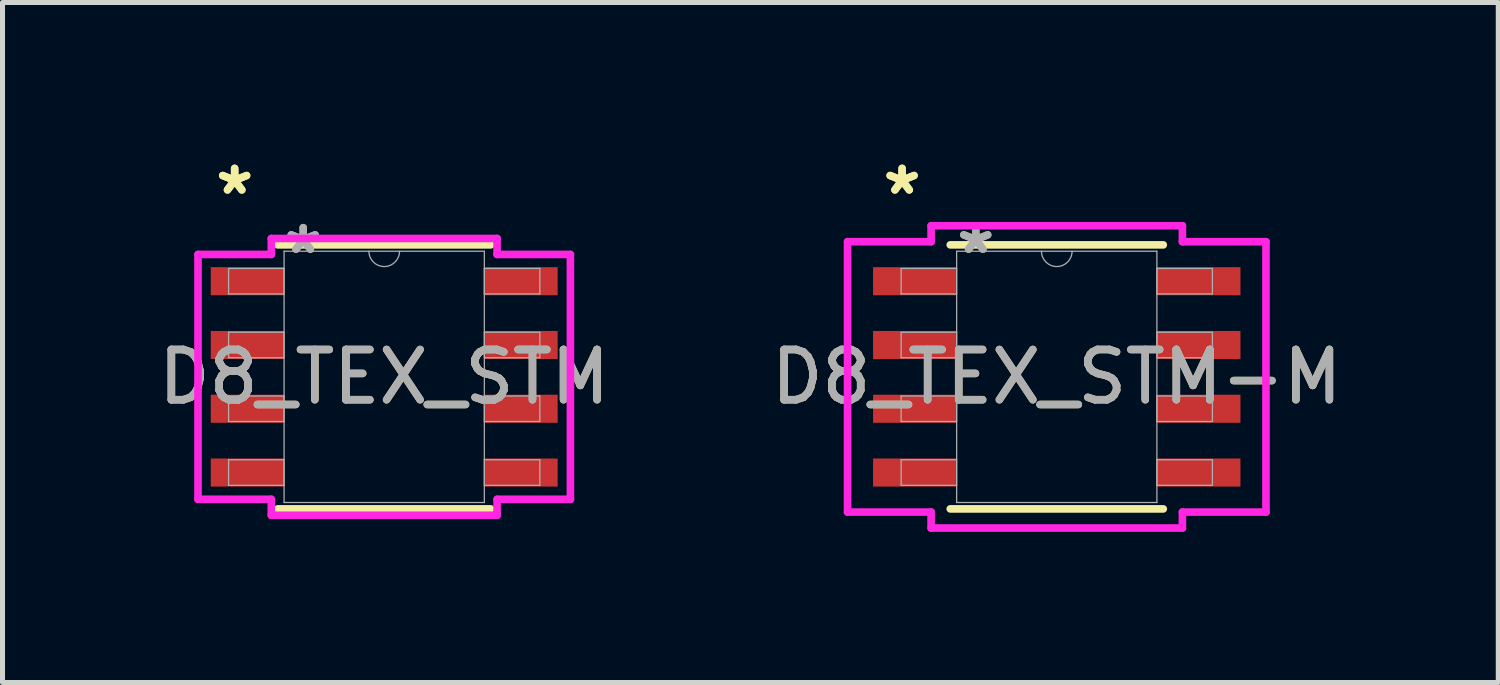
<source format=kicad_pcb>
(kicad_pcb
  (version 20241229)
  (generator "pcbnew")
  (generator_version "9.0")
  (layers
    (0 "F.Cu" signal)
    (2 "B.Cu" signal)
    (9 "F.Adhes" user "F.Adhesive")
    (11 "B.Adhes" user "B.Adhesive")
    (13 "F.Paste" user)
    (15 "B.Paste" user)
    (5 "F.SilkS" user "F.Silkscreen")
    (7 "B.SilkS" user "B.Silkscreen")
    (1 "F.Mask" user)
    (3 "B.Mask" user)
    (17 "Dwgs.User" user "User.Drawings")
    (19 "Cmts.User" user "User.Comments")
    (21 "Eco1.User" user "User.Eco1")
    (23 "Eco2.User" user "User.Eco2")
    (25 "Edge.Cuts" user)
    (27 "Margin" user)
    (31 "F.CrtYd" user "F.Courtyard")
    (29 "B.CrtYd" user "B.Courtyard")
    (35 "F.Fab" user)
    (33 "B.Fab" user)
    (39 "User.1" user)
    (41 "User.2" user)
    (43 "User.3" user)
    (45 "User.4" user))
  (footprint "D8_TEX_STM"
    (layer "F.Cu")
    (at 4.601 4.455)
    (property "Reference" "D8_TEX_STM" (at 0 0 0) (unlocked yes) (layer "F.SilkS") (effects (font (size 1 1) (thickness 0.15))))
    (attr smd)
    (fp_line (start -2.121 2.629) (end 2.121 2.629) (stroke (width 0.152) (type solid)) (layer "F.SilkS"))
    (fp_line (start 2.121 -2.629) (end -2.121 -2.629) (stroke (width 0.152) (type solid)) (layer "F.SilkS"))
    (fp_line (start -3.708 -2.438) (end -2.248 -2.438) (stroke (width 0.152) (type solid)) (layer "F.CrtYd"))
    (fp_line (start -3.708 2.438) (end -3.708 -2.438) (stroke (width 0.152) (type solid)) (layer "F.CrtYd"))
    (fp_line (start -3.708 2.438) (end -2.248 2.438) (stroke (width 0.152) (type solid)) (layer "F.CrtYd"))
    (fp_line (start -2.248 -2.756) (end 2.248 -2.756) (stroke (width 0.152) (type solid)) (layer "F.CrtYd"))
    (fp_line (start -2.248 -2.438) (end -2.248 -2.756) (stroke (width 0.152) (type solid)) (layer "F.CrtYd"))
    (fp_line (start -2.248 2.756) (end -2.248 2.438) (stroke (width 0.152) (type solid)) (layer "F.CrtYd"))
    (fp_line (start 2.248 -2.756) (end 2.248 -2.438) (stroke (width 0.152) (type solid)) (layer "F.CrtYd"))
    (fp_line (start 2.248 2.438) (end 2.248 2.756) (stroke (width 0.152) (type solid)) (layer "F.CrtYd"))
    (fp_line (start 2.248 2.756) (end -2.248 2.756) (stroke (width 0.152) (type solid)) (layer "F.CrtYd"))
    (fp_line (start 3.708 -2.438) (end 2.248 -2.438) (stroke (width 0.152) (type solid)) (layer "F.CrtYd"))
    (fp_line (start 3.708 -2.438) (end 3.708 2.438) (stroke (width 0.152) (type solid)) (layer "F.CrtYd"))
    (fp_line (start 3.708 2.438) (end 2.248 2.438) (stroke (width 0.152) (type solid)) (layer "F.CrtYd"))
    (fp_line (start -3.099 -2.159) (end -3.099 -1.651) (stroke (width 0.025) (type solid)) (layer "F.Fab"))
    (fp_line (start -3.099 -1.651) (end -1.994 -1.651) (stroke (width 0.025) (type solid)) (layer "F.Fab"))
    (fp_line (start -3.099 -0.889) (end -3.099 -0.381) (stroke (width 0.025) (type solid)) (layer "F.Fab"))
    (fp_line (start -3.099 -0.381) (end -1.994 -0.381) (stroke (width 0.025) (type solid)) (layer "F.Fab"))
    (fp_line (start -3.099 0.381) (end -3.099 0.889) (stroke (width 0.025) (type solid)) (layer "F.Fab"))
    (fp_line (start -3.099 0.889) (end -1.994 0.889) (stroke (width 0.025) (type solid)) (layer "F.Fab"))
    (fp_line (start -3.099 1.651) (end -3.099 2.159) (stroke (width 0.025) (type solid)) (layer "F.Fab"))
    (fp_line (start -3.099 2.159) (end -1.994 2.159) (stroke (width 0.025) (type solid)) (layer "F.Fab"))
    (fp_line (start -1.994 -2.502) (end -1.994 2.502) (stroke (width 0.025) (type solid)) (layer "F.Fab"))
    (fp_line (start -1.994 -2.159) (end -3.099 -2.159) (stroke (width 0.025) (type solid)) (layer "F.Fab"))
    (fp_line (start -1.994 -1.651) (end -1.994 -2.159) (stroke (width 0.025) (type solid)) (layer "F.Fab"))
    (fp_line (start -1.994 -0.889) (end -3.099 -0.889) (stroke (width 0.025) (type solid)) (layer "F.Fab"))
    (fp_line (start -1.994 -0.381) (end -1.994 -0.889) (stroke (width 0.025) (type solid)) (layer "F.Fab"))
    (fp_line (start -1.994 0.381) (end -3.099 0.381) (stroke (width 0.025) (type solid)) (layer "F.Fab"))
    (fp_line (start -1.994 0.889) (end -1.994 0.381) (stroke (width 0.025) (type solid)) (layer "F.Fab"))
    (fp_line (start -1.994 1.651) (end -3.099 1.651) (stroke (width 0.025) (type solid)) (layer "F.Fab"))
    (fp_line (start -1.994 2.159) (end -1.994 1.651) (stroke (width 0.025) (type solid)) (layer "F.Fab"))
    (fp_line (start -1.994 2.502) (end 1.994 2.502) (stroke (width 0.025) (type solid)) (layer "F.Fab"))
    (fp_line (start 1.994 -2.502) (end -1.994 -2.502) (stroke (width 0.025) (type solid)) (layer "F.Fab"))
    (fp_line (start 1.994 -2.159) (end 1.994 -1.651) (stroke (width 0.025) (type solid)) (layer "F.Fab"))
    (fp_line (start 1.994 -1.651) (end 3.099 -1.651) (stroke (width 0.025) (type solid)) (layer "F.Fab"))
    (fp_line (start 1.994 -0.889) (end 1.994 -0.381) (stroke (width 0.025) (type solid)) (layer "F.Fab"))
    (fp_line (start 1.994 -0.381) (end 3.099 -0.381) (stroke (width 0.025) (type solid)) (layer "F.Fab"))
    (fp_line (start 1.994 0.381) (end 1.994 0.889) (stroke (width 0.025) (type solid)) (layer "F.Fab"))
    (fp_line (start 1.994 0.889) (end 3.099 0.889) (stroke (width 0.025) (type solid)) (layer "F.Fab"))
    (fp_line (start 1.994 1.651) (end 1.994 2.159) (stroke (width 0.025) (type solid)) (layer "F.Fab"))
    (fp_line (start 1.994 2.159) (end 3.099 2.159) (stroke (width 0.025) (type solid)) (layer "F.Fab"))
    (fp_line (start 1.994 2.502) (end 1.994 -2.502) (stroke (width 0.025) (type solid)) (layer "F.Fab"))
    (fp_line (start 3.099 -2.159) (end 1.994 -2.159) (stroke (width 0.025) (type solid)) (layer "F.Fab"))
    (fp_line (start 3.099 -1.651) (end 3.099 -2.159) (stroke (width 0.025) (type solid)) (layer "F.Fab"))
    (fp_line (start 3.099 -0.889) (end 1.994 -0.889) (stroke (width 0.025) (type solid)) (layer "F.Fab"))
    (fp_line (start 3.099 -0.381) (end 3.099 -0.889) (stroke (width 0.025) (type solid)) (layer "F.Fab"))
    (fp_line (start 3.099 0.381) (end 1.994 0.381) (stroke (width 0.025) (type solid)) (layer "F.Fab"))
    (fp_line (start 3.099 0.889) (end 3.099 0.381) (stroke (width 0.025) (type solid)) (layer "F.Fab"))
    (fp_line (start 3.099 1.651) (end 1.994 1.651) (stroke (width 0.025) (type solid)) (layer "F.Fab"))
    (fp_line (start 3.099 2.159) (end 3.099 1.651) (stroke (width 0.025) (type solid)) (layer "F.Fab"))
    (fp_arc (start 0.3048 -2.5019) (mid 0 -2.1971) (end -0.3048 -2.5019) (stroke (width 0.0254) (type solid)) (layer "F.Fab"))
    (fp_text user "*" (at -2.978 -3.607 0) (layer "F.SilkS") (effects (font (size 1 1) (thickness 0.15))))
    (fp_text user "*" (at -2.978 -3.607 0) (unlocked yes) (layer "F.SilkS") (effects (font (size 1 1) (thickness 0.15))))
    (fp_text user "${REFERENCE}" (at 0 0 0) (unlocked yes) (layer "F.Fab") (effects (font (size 1 1) (thickness 0.15))))
    (fp_text user "*" (at -1.613 -2.426 0) (layer "F.Fab") (effects (font (size 1 1) (thickness 0.15))))
    (fp_text user "*" (at -1.613 -2.426 0) (unlocked yes) (layer "F.Fab") (effects (font (size 1 1) (thickness 0.15))))
    (pad "1" smd rect (at -2.724 -1.905) (size 1.46 0.559) (layers "F.Cu" "F.Mask" "F.Paste"))
    (pad "2" smd rect (at -2.724 -0.635) (size 1.46 0.559) (layers "F.Cu" "F.Mask" "F.Paste"))
    (pad "3" smd rect (at -2.724 0.635) (size 1.46 0.559) (layers "F.Cu" "F.Mask" "F.Paste"))
    (pad "4" smd rect (at -2.724 1.905) (size 1.46 0.559) (layers "F.Cu" "F.Mask" "F.Paste"))
    (pad "5" smd rect (at 2.724 1.905) (size 1.46 0.559) (layers "F.Cu" "F.Mask" "F.Paste"))
    (pad "6" smd rect (at 2.724 0.635) (size 1.46 0.559) (layers "F.Cu" "F.Mask" "F.Paste"))
    (pad "7" smd rect (at 2.724 -0.635) (size 1.46 0.559) (layers "F.Cu" "F.Mask" "F.Paste"))
    (pad "8" smd rect (at 2.724 -1.905) (size 1.46 0.559) (layers "F.Cu" "F.Mask" "F.Paste")))
  (footprint "D8_TEX_STM-M"
    (layer "F.Cu")
    (at 17.994 4.455)
    (property "Reference" "D8_TEX_STM-M" (at 0 0 0) (unlocked yes) (layer "F.SilkS") (effects (font (size 1 1) (thickness 0.15))))
    (attr smd)
    (fp_line (start -2.121 2.629) (end 2.121 2.629) (stroke (width 0.152) (type solid)) (layer "F.SilkS"))
    (fp_line (start 2.121 -2.629) (end -2.121 -2.629) (stroke (width 0.152) (type solid)) (layer "F.SilkS"))
    (fp_line (start -4.166 -2.692) (end -2.502 -2.692) (stroke (width 0.152) (type solid)) (layer "F.CrtYd"))
    (fp_line (start -4.166 2.692) (end -4.166 -2.692) (stroke (width 0.152) (type solid)) (layer "F.CrtYd"))
    (fp_line (start -4.166 2.692) (end -2.502 2.692) (stroke (width 0.152) (type solid)) (layer "F.CrtYd"))
    (fp_line (start -2.502 -3.01) (end 2.502 -3.01) (stroke (width 0.152) (type solid)) (layer "F.CrtYd"))
    (fp_line (start -2.502 -2.692) (end -2.502 -3.01) (stroke (width 0.152) (type solid)) (layer "F.CrtYd"))
    (fp_line (start -2.502 3.01) (end -2.502 2.692) (stroke (width 0.152) (type solid)) (layer "F.CrtYd"))
    (fp_line (start 2.502 -3.01) (end 2.502 -2.692) (stroke (width 0.152) (type solid)) (layer "F.CrtYd"))
    (fp_line (start 2.502 2.692) (end 2.502 3.01) (stroke (width 0.152) (type solid)) (layer "F.CrtYd"))
    (fp_line (start 2.502 3.01) (end -2.502 3.01) (stroke (width 0.152) (type solid)) (layer "F.CrtYd"))
    (fp_line (start 4.166 -2.692) (end 2.502 -2.692) (stroke (width 0.152) (type solid)) (layer "F.CrtYd"))
    (fp_line (start 4.166 -2.692) (end 4.166 2.692) (stroke (width 0.152) (type solid)) (layer "F.CrtYd"))
    (fp_line (start 4.166 2.692) (end 2.502 2.692) (stroke (width 0.152) (type solid)) (layer "F.CrtYd"))
    (fp_line (start -3.099 -2.159) (end -3.099 -1.651) (stroke (width 0.025) (type solid)) (layer "F.Fab"))
    (fp_line (start -3.099 -1.651) (end -1.994 -1.651) (stroke (width 0.025) (type solid)) (layer "F.Fab"))
    (fp_line (start -3.099 -0.889) (end -3.099 -0.381) (stroke (width 0.025) (type solid)) (layer "F.Fab"))
    (fp_line (start -3.099 -0.381) (end -1.994 -0.381) (stroke (width 0.025) (type solid)) (layer "F.Fab"))
    (fp_line (start -3.099 0.381) (end -3.099 0.889) (stroke (width 0.025) (type solid)) (layer "F.Fab"))
    (fp_line (start -3.099 0.889) (end -1.994 0.889) (stroke (width 0.025) (type solid)) (layer "F.Fab"))
    (fp_line (start -3.099 1.651) (end -3.099 2.159) (stroke (width 0.025) (type solid)) (layer "F.Fab"))
    (fp_line (start -3.099 2.159) (end -1.994 2.159) (stroke (width 0.025) (type solid)) (layer "F.Fab"))
    (fp_line (start -1.994 -2.502) (end -1.994 2.502) (stroke (width 0.025) (type solid)) (layer "F.Fab"))
    (fp_line (start -1.994 -2.159) (end -3.099 -2.159) (stroke (width 0.025) (type solid)) (layer "F.Fab"))
    (fp_line (start -1.994 -1.651) (end -1.994 -2.159) (stroke (width 0.025) (type solid)) (layer "F.Fab"))
    (fp_line (start -1.994 -0.889) (end -3.099 -0.889) (stroke (width 0.025) (type solid)) (layer "F.Fab"))
    (fp_line (start -1.994 -0.381) (end -1.994 -0.889) (stroke (width 0.025) (type solid)) (layer "F.Fab"))
    (fp_line (start -1.994 0.381) (end -3.099 0.381) (stroke (width 0.025) (type solid)) (layer "F.Fab"))
    (fp_line (start -1.994 0.889) (end -1.994 0.381) (stroke (width 0.025) (type solid)) (layer "F.Fab"))
    (fp_line (start -1.994 1.651) (end -3.099 1.651) (stroke (width 0.025) (type solid)) (layer "F.Fab"))
    (fp_line (start -1.994 2.159) (end -1.994 1.651) (stroke (width 0.025) (type solid)) (layer "F.Fab"))
    (fp_line (start -1.994 2.502) (end 1.994 2.502) (stroke (width 0.025) (type solid)) (layer "F.Fab"))
    (fp_line (start 1.994 -2.502) (end -1.994 -2.502) (stroke (width 0.025) (type solid)) (layer "F.Fab"))
    (fp_line (start 1.994 -2.159) (end 1.994 -1.651) (stroke (width 0.025) (type solid)) (layer "F.Fab"))
    (fp_line (start 1.994 -1.651) (end 3.099 -1.651) (stroke (width 0.025) (type solid)) (layer "F.Fab"))
    (fp_line (start 1.994 -0.889) (end 1.994 -0.381) (stroke (width 0.025) (type solid)) (layer "F.Fab"))
    (fp_line (start 1.994 -0.381) (end 3.099 -0.381) (stroke (width 0.025) (type solid)) (layer "F.Fab"))
    (fp_line (start 1.994 0.381) (end 1.994 0.889) (stroke (width 0.025) (type solid)) (layer "F.Fab"))
    (fp_line (start 1.994 0.889) (end 3.099 0.889) (stroke (width 0.025) (type solid)) (layer "F.Fab"))
    (fp_line (start 1.994 1.651) (end 1.994 2.159) (stroke (width 0.025) (type solid)) (layer "F.Fab"))
    (fp_line (start 1.994 2.159) (end 3.099 2.159) (stroke (width 0.025) (type solid)) (layer "F.Fab"))
    (fp_line (start 1.994 2.502) (end 1.994 -2.502) (stroke (width 0.025) (type solid)) (layer "F.Fab"))
    (fp_line (start 3.099 -2.159) (end 1.994 -2.159) (stroke (width 0.025) (type solid)) (layer "F.Fab"))
    (fp_line (start 3.099 -1.651) (end 3.099 -2.159) (stroke (width 0.025) (type solid)) (layer "F.Fab"))
    (fp_line (start 3.099 -0.889) (end 1.994 -0.889) (stroke (width 0.025) (type solid)) (layer "F.Fab"))
    (fp_line (start 3.099 -0.381) (end 3.099 -0.889) (stroke (width 0.025) (type solid)) (layer "F.Fab"))
    (fp_line (start 3.099 0.381) (end 1.994 0.381) (stroke (width 0.025) (type solid)) (layer "F.Fab"))
    (fp_line (start 3.099 0.889) (end 3.099 0.381) (stroke (width 0.025) (type solid)) (layer "F.Fab"))
    (fp_line (start 3.099 1.651) (end 1.994 1.651) (stroke (width 0.025) (type solid)) (layer "F.Fab"))
    (fp_line (start 3.099 2.159) (end 3.099 1.651) (stroke (width 0.025) (type solid)) (layer "F.Fab"))
    (fp_arc (start 0.3048 -2.5019) (mid 0 -2.1971) (end -0.3048 -2.5019) (stroke (width 0.0254) (type solid)) (layer "F.Fab"))
    (fp_text user "*" (at -3.08 -3.607 0) (unlocked yes) (layer "F.SilkS") (effects (font (size 1 1) (thickness 0.15))))
    (fp_text user "*" (at -3.08 -3.607 0) (layer "F.SilkS") (effects (font (size 1 1) (thickness 0.15))))
    (fp_text user "*" (at -1.613 -2.426 0) (unlocked yes) (layer "F.Fab") (effects (font (size 1 1) (thickness 0.15))))
    (fp_text user "${REFERENCE}" (at 0 0 0) (unlocked yes) (layer "F.Fab") (effects (font (size 1 1) (thickness 0.15))))
    (fp_text user "*" (at -1.613 -2.426 0) (layer "F.Fab") (effects (font (size 1 1) (thickness 0.15))))
    (pad "1" smd rect (at -2.826 -1.905) (size 1.664 0.559) (layers "F.Cu" "F.Mask" "F.Paste"))
    (pad "2" smd rect (at -2.826 -0.635) (size 1.664 0.559) (layers "F.Cu" "F.Mask" "F.Paste"))
    (pad "3" smd rect (at -2.826 0.635) (size 1.664 0.559) (layers "F.Cu" "F.Mask" "F.Paste"))
    (pad "4" smd rect (at -2.826 1.905) (size 1.664 0.559) (layers "F.Cu" "F.Mask" "F.Paste"))
    (pad "5" smd rect (at 2.826 1.905) (size 1.664 0.559) (layers "F.Cu" "F.Mask" "F.Paste"))
    (pad "6" smd rect (at 2.826 0.635) (size 1.664 0.559) (layers "F.Cu" "F.Mask" "F.Paste"))
    (pad "7" smd rect (at 2.826 -0.635) (size 1.664 0.559) (layers "F.Cu" "F.Mask" "F.Paste"))
    (pad "8" smd rect (at 2.826 -1.905) (size 1.664 0.559) (layers "F.Cu" "F.Mask" "F.Paste")))
  (gr_rect
    (start -3 -3)
    (end 26.786 10.541)
    (stroke (width 0.1) (type default))
    (fill no)
    (layer "Edge.Cuts")))
</source>
